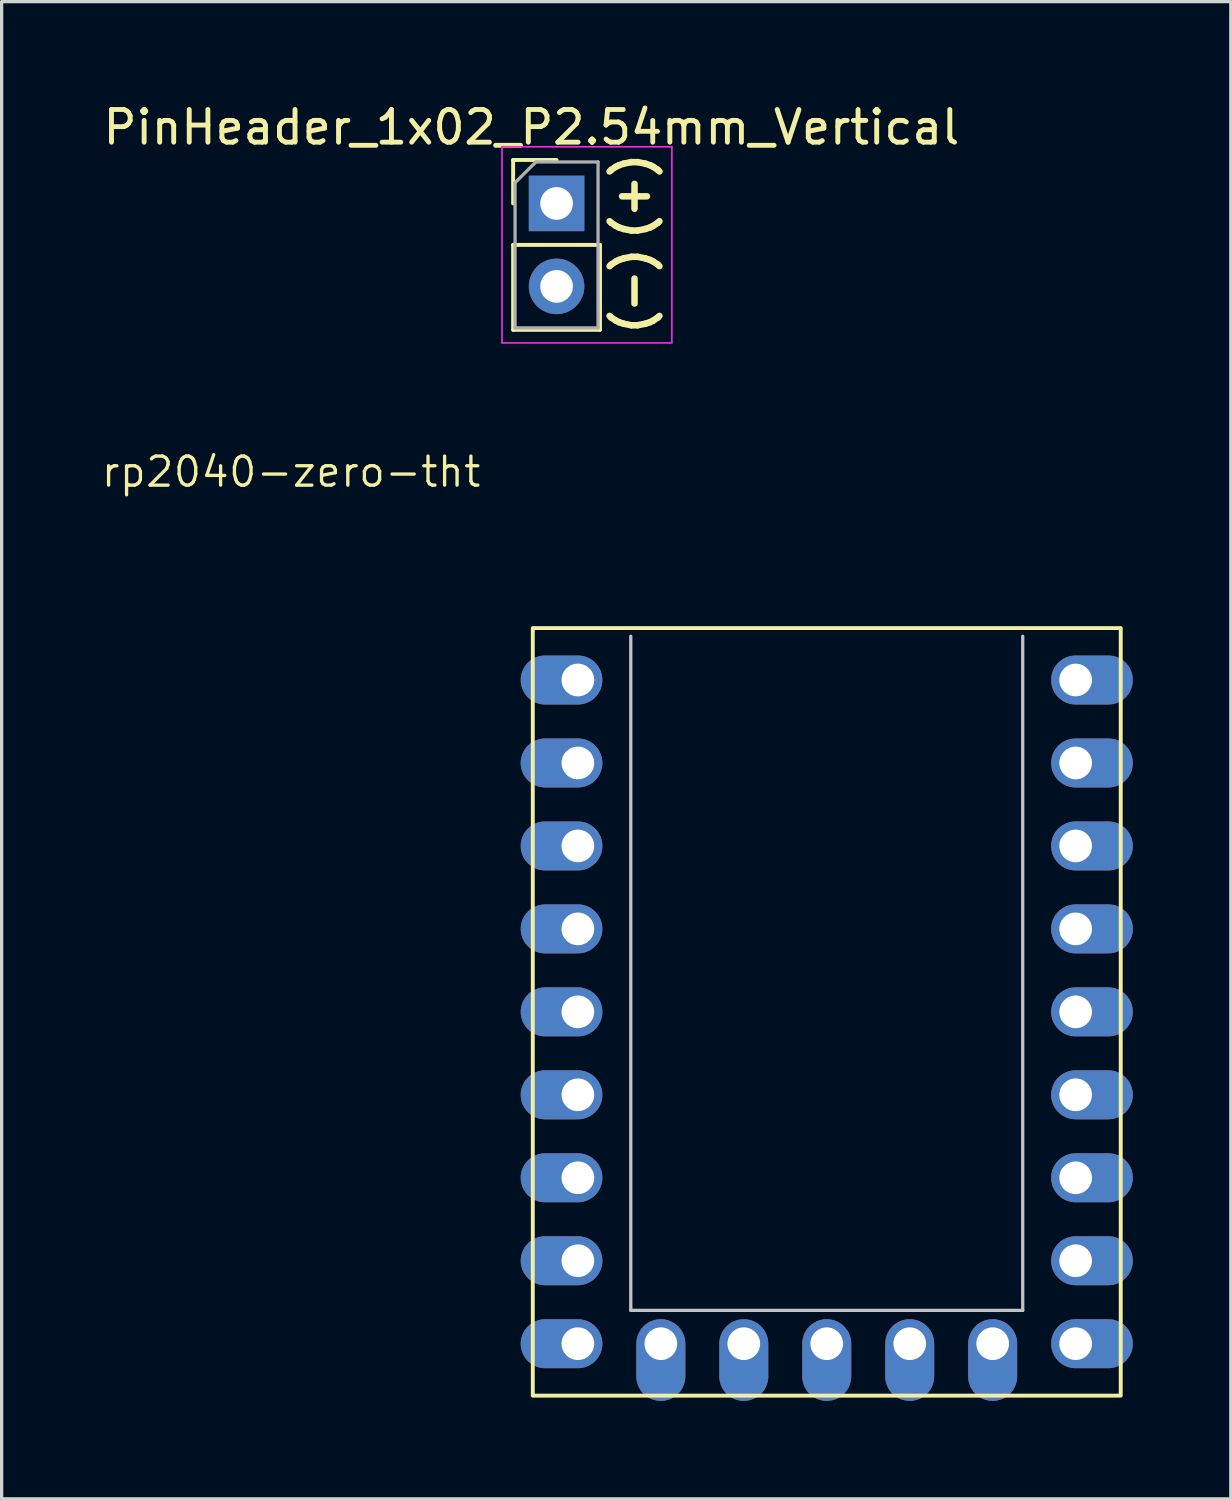
<source format=kicad_pcb>
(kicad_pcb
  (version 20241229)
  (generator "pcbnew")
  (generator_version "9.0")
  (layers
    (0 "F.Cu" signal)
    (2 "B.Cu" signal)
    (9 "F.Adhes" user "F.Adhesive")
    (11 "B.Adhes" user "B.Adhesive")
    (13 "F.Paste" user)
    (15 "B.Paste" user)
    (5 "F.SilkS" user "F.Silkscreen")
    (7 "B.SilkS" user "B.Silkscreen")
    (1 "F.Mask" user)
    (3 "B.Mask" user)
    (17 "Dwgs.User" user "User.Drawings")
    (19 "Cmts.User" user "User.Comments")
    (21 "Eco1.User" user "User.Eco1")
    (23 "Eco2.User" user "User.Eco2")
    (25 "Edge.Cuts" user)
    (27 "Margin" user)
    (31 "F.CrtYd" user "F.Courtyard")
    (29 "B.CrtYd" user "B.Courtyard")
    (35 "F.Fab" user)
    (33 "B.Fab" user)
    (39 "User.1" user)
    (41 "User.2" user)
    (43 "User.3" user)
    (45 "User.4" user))
  (footprint "rp2040-zero-tht"
    (layer "F.Cu")
    (at 22.262 27.929)
    (property "Reference" "rp2040-zero-tht" (at -16.399 -16.533 0) (layer "F.SilkS") (effects (font (size 0.889 0.889) (thickness 0.102))))
    (attr through_hole exclude_from_pos_files)
    (fp_rect (start -9 -11.75) (end 9 11.75) (stroke (width 0.12) (type solid)) (fill no) (layer "F.SilkS"))
    (fp_line (start -6 9.14) (end -6 -11.5) (stroke (width 0.1) (type default)) (layer "Dwgs.User"))
    (fp_line (start 6 -11.5) (end 6 9.14) (stroke (width 0.1) (type default)) (layer "Dwgs.User"))
    (fp_line (start 6 9.14) (end -6 9.14) (stroke (width 0.1) (type default)) (layer "Dwgs.User"))
    (pad "1" thru_hole oval (at 7.62 -10.16 180) (size 2.5 1.5) (drill 1 (offset -0.5 0)) (layers "*.Cu" "*.Mask"))
    (pad "2" thru_hole oval (at 7.62 -7.62 180) (size 2.5 1.5) (drill 1 (offset -0.5 0)) (layers "*.Cu" "*.Mask"))
    (pad "3" thru_hole oval (at 7.62 -5.08 180) (size 2.5 1.5) (drill 1 (offset -0.5 0)) (layers "*.Cu" "*.Mask"))
    (pad "4" thru_hole oval (at 7.62 -2.54 180) (size 2.5 1.5) (drill 1 (offset -0.5 0)) (layers "*.Cu" "*.Mask"))
    (pad "5" thru_hole oval (at 7.62 0 180) (size 2.5 1.5) (drill 1 (offset -0.5 0)) (layers "*.Cu" "*.Mask"))
    (pad "6" thru_hole oval (at 7.62 2.54 180) (size 2.5 1.5) (drill 1 (offset -0.5 0)) (layers "*.Cu" "*.Mask"))
    (pad "7" thru_hole oval (at 7.62 5.08 180) (size 2.5 1.5) (drill 1 (offset -0.5 0)) (layers "*.Cu" "*.Mask"))
    (pad "8" thru_hole oval (at 7.62 7.62 180) (size 2.5 1.5) (drill 1 (offset -0.5 0)) (layers "*.Cu" "*.Mask"))
    (pad "9" thru_hole oval (at 7.62 10.16 180) (size 2.5 1.5) (drill 1 (offset -0.5 0)) (layers "*.Cu" "*.Mask"))
    (pad "10" thru_hole oval (at 5.08 10.16 90) (size 2.5 1.5) (drill 1 (offset -0.5 0)) (layers "*.Cu" "*.Mask"))
    (pad "11" thru_hole oval (at 2.54 10.16 90) (size 2.5 1.5) (drill 1 (offset -0.5 0)) (layers "*.Cu" "*.Mask"))
    (pad "12" thru_hole oval (at 0 10.16 90) (size 2.5 1.5) (drill 1 (offset -0.5 0)) (layers "*.Cu" "*.Mask"))
    (pad "13" thru_hole oval (at -2.54 10.16 90) (size 2.5 1.5) (drill 1 (offset -0.5 0)) (layers "*.Cu" "*.Mask"))
    (pad "14" thru_hole oval (at -5.08 10.16 90) (size 2.5 1.5) (drill 1 (offset -0.5 0)) (layers "*.Cu" "*.Mask"))
    (pad "15" thru_hole oval (at -7.62 10.16) (size 2.5 1.5) (drill 1 (offset -0.5 0)) (layers "*.Cu" "*.Mask"))
    (pad "16" thru_hole oval (at -7.62 7.62) (size 2.5 1.5) (drill 1 (offset -0.5 0)) (layers "*.Cu" "*.Mask"))
    (pad "17" thru_hole oval (at -7.62 5.08) (size 2.5 1.5) (drill 1 (offset -0.5 0)) (layers "*.Cu" "*.Mask"))
    (pad "18" thru_hole oval (at -7.62 2.54) (size 2.5 1.5) (drill 1 (offset -0.5 0)) (layers "*.Cu" "*.Mask"))
    (pad "19" thru_hole oval (at -7.62 0) (size 2.5 1.5) (drill 1 (offset -0.5 0)) (layers "*.Cu" "*.Mask"))
    (pad "20" thru_hole oval (at -7.62 -2.54) (size 2.5 1.5) (drill 1 (offset -0.5 0)) (layers "*.Cu" "*.Mask"))
    (pad "21" thru_hole oval (at -7.62 -5.08) (size 2.5 1.5) (drill 1 (offset -0.5 0)) (layers "*.Cu" "*.Mask"))
    (pad "22" thru_hole oval (at -7.62 -7.62) (size 2.5 1.5) (drill 1 (offset -0.5 0)) (layers "*.Cu" "*.Mask"))
    (pad "23" thru_hole oval (at -7.62 -10.16) (size 2.5 1.5) (drill 1 (offset -0.5 0)) (layers "*.Cu" "*.Mask")))
  (footprint "PinHeader_1x02_P2.54mm_Vertical"
    (layer "F.Cu")
    (at 12.32 7.448)
    (property "Reference" "PinHeader_1x02_P2.54mm_Vertical" (at 0.9 -6.6 180) (layer "F.SilkS") (effects (font (size 1 1) (thickness 0.15))))
    (attr through_hole)
    (fp_line (start 0.34 -5.6) (end 1.67 -5.6) (stroke (width 0.12) (type solid)) (layer "F.SilkS"))
    (fp_line (start 0.34 -4.27) (end 0.34 -5.6) (stroke (width 0.12) (type solid)) (layer "F.SilkS"))
    (fp_line (start 0.34 -3) (end 0.34 -0.4) (stroke (width 0.12) (type solid)) (layer "F.SilkS"))
    (fp_line (start 0.34 -3) (end 3 -3) (stroke (width 0.12) (type solid)) (layer "F.SilkS"))
    (fp_line (start 0.34 -0.4) (end 3 -0.4) (stroke (width 0.12) (type solid)) (layer "F.SilkS"))
    (fp_line (start 3 -3) (end 3 -0.4) (stroke (width 0.12) (type solid)) (layer "F.SilkS"))
    (fp_line (start 0 -6.005) (end 5.2 -6.005) (stroke (width 0.05) (type solid)) (layer "F.CrtYd"))
    (fp_line (start 0 0) (end 0 -6) (stroke (width 0.05) (type solid)) (layer "F.CrtYd"))
    (fp_line (start 0 0) (end 5.2 0) (stroke (width 0.05) (type solid)) (layer "F.CrtYd"))
    (fp_line (start 5.2 -0.005) (end 5.2 -6.005) (stroke (width 0.05) (type solid)) (layer "F.CrtYd"))
    (fp_line (start 0.4 -4.905) (end 1.035 -5.54) (stroke (width 0.1) (type solid)) (layer "F.Fab"))
    (fp_line (start 0.4 -0.46) (end 0.4 -4.905) (stroke (width 0.1) (type solid)) (layer "F.Fab"))
    (fp_line (start 1.035 -5.54) (end 2.94 -5.54) (stroke (width 0.1) (type solid)) (layer "F.Fab"))
    (fp_line (start 2.94 -5.54) (end 2.94 -0.46) (stroke (width 0.1) (type solid)) (layer "F.Fab"))
    (fp_line (start 2.94 -0.46) (end 0.4 -0.46) (stroke (width 0.1) (type solid)) (layer "F.Fab"))
    (fp_text user "(-)" (at 4.57 -0.17 90) (unlocked yes) (layer "F.SilkS") (effects (font (size 1 1) (thickness 0.2) (bold yes)) (justify left bottom)))
    (fp_text user "(+)" (at 4.57 -3.07 90) (unlocked yes) (layer "F.SilkS") (effects (font (size 1 1) (thickness 0.2) (bold yes)) (justify left bottom)))
    (pad "1" thru_hole rect (at 1.67 -4.27) (size 1.7 1.7) (drill 1) (layers "*.Cu" "*.Mask"))
    (pad "2" thru_hole oval (at 1.67 -1.73) (size 1.7 1.7) (drill 1) (layers "*.Cu" "*.Mask")))
  (gr_rect
    (start -3 -3)
    (end 34.632 42.839)
    (stroke (width 0.1) (type default))
    (fill no)
    (layer "Edge.Cuts")))
</source>
